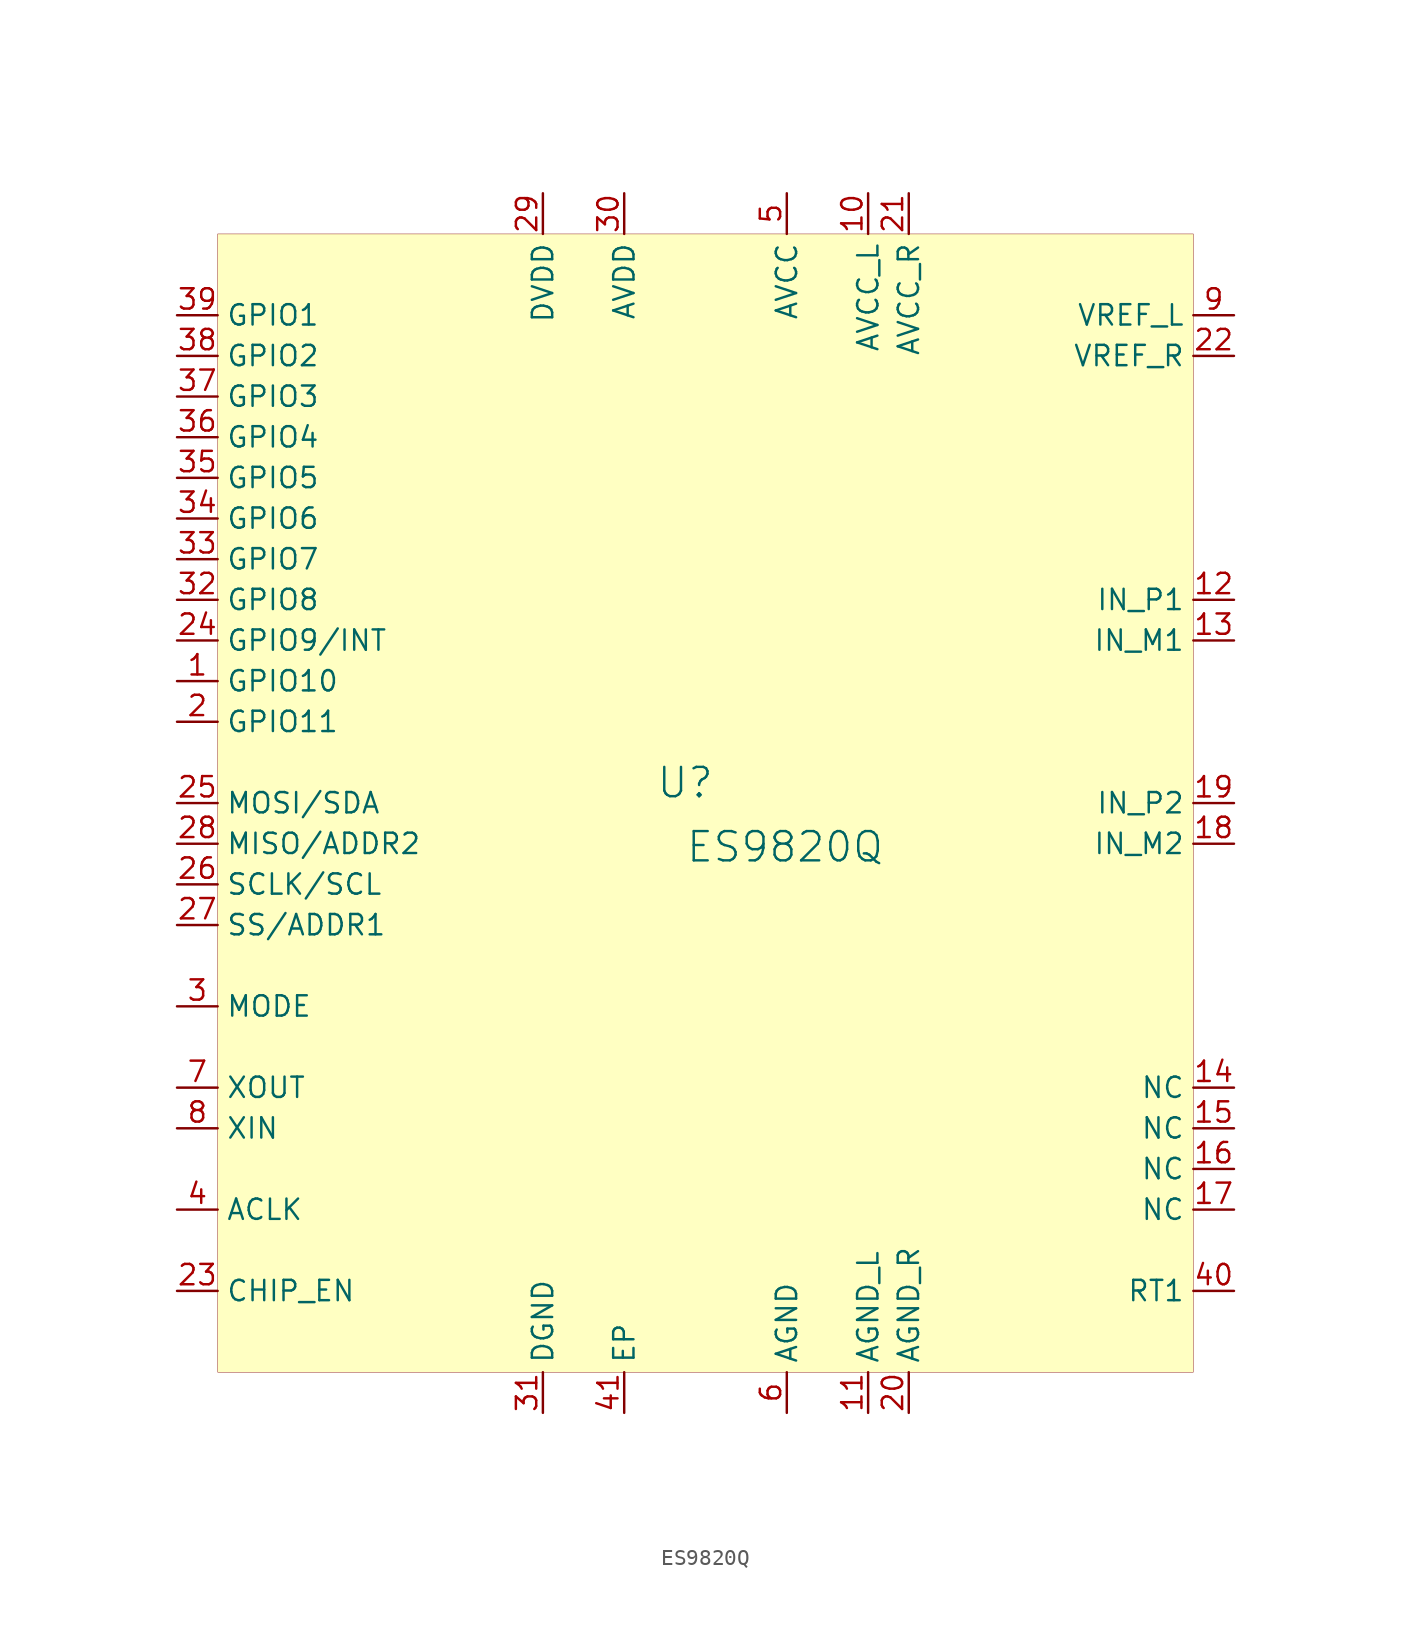
<source format=kicad_sym>
(kicad_symbol_lib
  (version 20231120)
  (generator "kicad_symbol_editor")
  (generator_version "8.0")
  (symbol "ES9820Q"
    (property "Reference" "U"
      (at -1.27 1.27 0)
      (effects (font (size 1.829 1.829))))
    (property "Value" "ES9820Q"
      (at -1.27 -3.81 0)
      (effects (font (size 1.829 1.829)) (justify left bottom)))
    (symbol "ES9820Q_1_0"
      (rectangle (start 30.48 35.56) (end -30.48 -35.56) (stroke (width 0.025) (type solid) (color 128 0 0 1)) (fill (type background)))
      (pin bidirectional line (at -33.02 7.62 0) (length 2.54) (name "GPIO10" (effects (font (size 1.27 1.27)))) (number "1" (effects (font (size 1.27 1.27)))))
      (pin power_in line (at 10.16 38.1 270) (length 2.54) (name "AVCC_L" (effects (font (size 1.27 1.27)))) (number "10" (effects (font (size 1.27 1.27)))))
      (pin power_in line (at 10.16 -38.1 90) (length 2.54) (name "AGND_L" (effects (font (size 1.27 1.27)))) (number "11" (effects (font (size 1.27 1.27)))))
      (pin input line (at 33.02 12.7 180) (length 2.54) (name "IN_P1" (effects (font (size 1.27 1.27)))) (number "12" (effects (font (size 1.27 1.27)))))
      (pin input line (at 33.02 10.16 180) (length 2.54) (name "IN_M1" (effects (font (size 1.27 1.27)))) (number "13" (effects (font (size 1.27 1.27)))))
      (pin passive line (at 33.02 -17.78 180) (length 2.54) (name "NC" (effects (font (size 1.27 1.27)))) (number "14" (effects (font (size 1.27 1.27)))))
      (pin passive line (at 33.02 -20.32 180) (length 2.54) (name "NC" (effects (font (size 1.27 1.27)))) (number "15" (effects (font (size 1.27 1.27)))))
      (pin tri_state line (at 33.02 -22.86 180) (length 2.54) (name "NC" (effects (font (size 1.27 1.27)))) (number "16" (effects (font (size 1.27 1.27)))))
      (pin passive line (at 33.02 -25.4 180) (length 2.54) (name "NC" (effects (font (size 1.27 1.27)))) (number "17" (effects (font (size 1.27 1.27)))))
      (pin input line (at 33.02 -2.54 180) (length 2.54) (name "IN_M2" (effects (font (size 1.27 1.27)))) (number "18" (effects (font (size 1.27 1.27)))))
      (pin input line (at 33.02 0 180) (length 2.54) (name "IN_P2" (effects (font (size 1.27 1.27)))) (number "19" (effects (font (size 1.27 1.27)))))
      (pin bidirectional line (at -33.02 5.08 0) (length 2.54) (name "GPIO11" (effects (font (size 1.27 1.27)))) (number "2" (effects (font (size 1.27 1.27)))))
      (pin power_in line (at 12.7 -38.1 90) (length 2.54) (name "AGND_R" (effects (font (size 1.27 1.27)))) (number "20" (effects (font (size 1.27 1.27)))))
      (pin power_in line (at 12.7 38.1 270) (length 2.54) (name "AVCC_R" (effects (font (size 1.27 1.27)))) (number "21" (effects (font (size 1.27 1.27)))))
      (pin power_in line (at 33.02 27.94 180) (length 2.54) (name "VREF_R" (effects (font (size 1.27 1.27)))) (number "22" (effects (font (size 1.27 1.27)))))
      (pin input line (at -33.02 -30.48 0) (length 2.54) (name "CHIP_EN" (effects (font (size 1.27 1.27)))) (number "23" (effects (font (size 1.27 1.27)))))
      (pin bidirectional line (at -33.02 10.16 0) (length 2.54) (name "GPIO9/INT" (effects (font (size 1.27 1.27)))) (number "24" (effects (font (size 1.27 1.27)))))
      (pin bidirectional line (at -33.02 0 0) (length 2.54) (name "MOSI/SDA" (effects (font (size 1.27 1.27)))) (number "25" (effects (font (size 1.27 1.27)))))
      (pin input line (at -33.02 -5.08 0) (length 2.54) (name "SCLK/SCL" (effects (font (size 1.27 1.27)))) (number "26" (effects (font (size 1.27 1.27)))))
      (pin input line (at -33.02 -7.62 0) (length 2.54) (name "SS/ADDR1" (effects (font (size 1.27 1.27)))) (number "27" (effects (font (size 1.27 1.27)))))
      (pin output line (at -33.02 -2.54 0) (length 2.54) (name "MISO/ADDR2" (effects (font (size 1.27 1.27)))) (number "28" (effects (font (size 1.27 1.27)))))
      (pin power_in line (at -10.16 38.1 270) (length 2.54) (name "DVDD" (effects (font (size 1.27 1.27)))) (number "29" (effects (font (size 1.27 1.27)))))
      (pin passive line (at -33.02 -12.7 0) (length 2.54) (name "MODE" (effects (font (size 1.27 1.27)))) (number "3" (effects (font (size 1.27 1.27)))))
      (pin power_in line (at -5.08 38.1 270) (length 2.54) (name "AVDD" (effects (font (size 1.27 1.27)))) (number "30" (effects (font (size 1.27 1.27)))))
      (pin power_in line (at -10.16 -38.1 90) (length 2.54) (name "DGND" (effects (font (size 1.27 1.27)))) (number "31" (effects (font (size 1.27 1.27)))))
      (pin bidirectional line (at -33.02 12.7 0) (length 2.54) (name "GPIO8" (effects (font (size 1.27 1.27)))) (number "32" (effects (font (size 1.27 1.27)))))
      (pin bidirectional line (at -33.02 15.24 0) (length 2.54) (name "GPIO7" (effects (font (size 1.27 1.27)))) (number "33" (effects (font (size 1.27 1.27)))))
      (pin bidirectional line (at -33.02 17.78 0) (length 2.54) (name "GPIO6" (effects (font (size 1.27 1.27)))) (number "34" (effects (font (size 1.27 1.27)))))
      (pin bidirectional line (at -33.02 20.32 0) (length 2.54) (name "GPIO5" (effects (font (size 1.27 1.27)))) (number "35" (effects (font (size 1.27 1.27)))))
      (pin bidirectional line (at -33.02 22.86 0) (length 2.54) (name "GPIO4" (effects (font (size 1.27 1.27)))) (number "36" (effects (font (size 1.27 1.27)))))
      (pin bidirectional line (at -33.02 25.4 0) (length 2.54) (name "GPIO3" (effects (font (size 1.27 1.27)))) (number "37" (effects (font (size 1.27 1.27)))))
      (pin bidirectional line (at -33.02 27.94 0) (length 2.54) (name "GPIO2" (effects (font (size 1.27 1.27)))) (number "38" (effects (font (size 1.27 1.27)))))
      (pin bidirectional line (at -33.02 30.48 0) (length 2.54) (name "GPIO1" (effects (font (size 1.27 1.27)))) (number "39" (effects (font (size 1.27 1.27)))))
      (pin input line (at -33.02 -25.4 0) (length 2.54) (name "ACLK" (effects (font (size 1.27 1.27)))) (number "4" (effects (font (size 1.27 1.27)))))
      (pin passive line (at 33.02 -30.48 180) (length 2.54) (name "RT1" (effects (font (size 1.27 1.27)))) (number "40" (effects (font (size 1.27 1.27)))))
      (pin power_in line (at -5.08 -38.1 90) (length 2.54) (name "EP" (effects (font (size 1.27 1.27)))) (number "41" (effects (font (size 1.27 1.27)))))
      (pin power_in line (at 5.08 38.1 270) (length 2.54) (name "AVCC" (effects (font (size 1.27 1.27)))) (number "5" (effects (font (size 1.27 1.27)))))
      (pin power_in line (at 5.08 -38.1 90) (length 2.54) (name "AGND" (effects (font (size 1.27 1.27)))) (number "6" (effects (font (size 1.27 1.27)))))
      (pin output line (at -33.02 -17.78 0) (length 2.54) (name "XOUT" (effects (font (size 1.27 1.27)))) (number "7" (effects (font (size 1.27 1.27)))))
      (pin input line (at -33.02 -20.32 0) (length 2.54) (name "XIN" (effects (font (size 1.27 1.27)))) (number "8" (effects (font (size 1.27 1.27)))))
      (pin power_in line (at 33.02 30.48 180) (length 2.54) (name "VREF_L" (effects (font (size 1.27 1.27)))) (number "9" (effects (font (size 1.27 1.27))))))))
</source>
